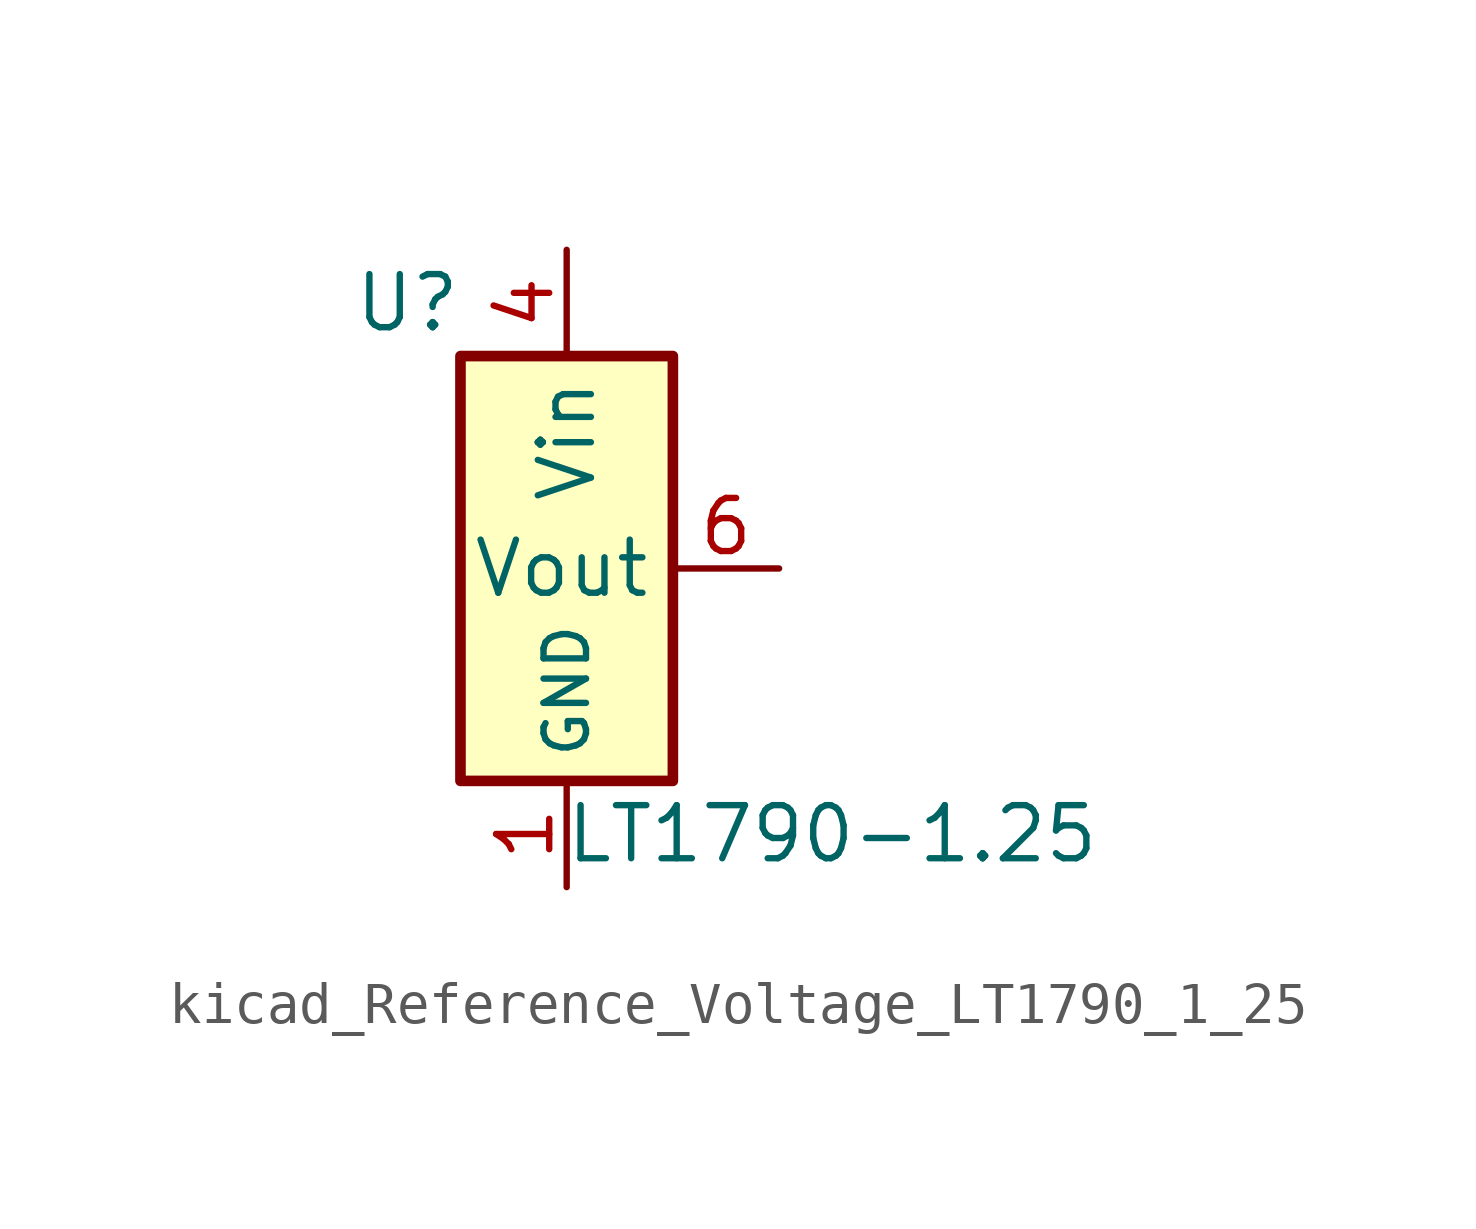
<source format=kicad_sym>
(kicad_symbol_lib
  (version 20220914)
  (generator kicad_symbol_editor)
  (symbol "kicad_Reference_Voltage_LT1790_1_25"
    (property "Reference" "U"
      (at -3.81 6.35 0)
      (effects (font (size 1.27 1.27))))
    (property "Value" "LT1790-1.25"
      (at 6.35 -6.35 0)
      (effects (font (size 1.27 1.27))))
    (symbol "kicad_Reference_Voltage_LT1790_1_25_0_1"
      (rectangle (start 2.54 5.08) (end -2.54 -5.08) (stroke (width 0.254) (type default)) (fill (type background))))
    (symbol "kicad_Reference_Voltage_LT1790_1_25_1_1"
      (pin power_in line (at 0 -7.62 90) (length 2.54) (name "GND" (effects (font (size 1.016 1.016)))) (number "1" (effects (font (size 1.27 1.27)))))
      (pin passive line (at 0 -7.62 90) (length 2.54) hide (name "GND" (effects (font (size 1.016 1.016)))) (number "2" (effects (font (size 1.27 1.27)))))
      (pin power_in line (at 0 7.62 270) (length 2.54) (name "Vin" (effects (font (size 1.27 1.27)))) (number "4" (effects (font (size 1.27 1.27)))))
      (pin output line (at 5.08 0 180) (length 2.54) (name "Vout" (effects (font (size 1.27 1.27)))) (number "6" (effects (font (size 1.27 1.27))))))))
</source>
